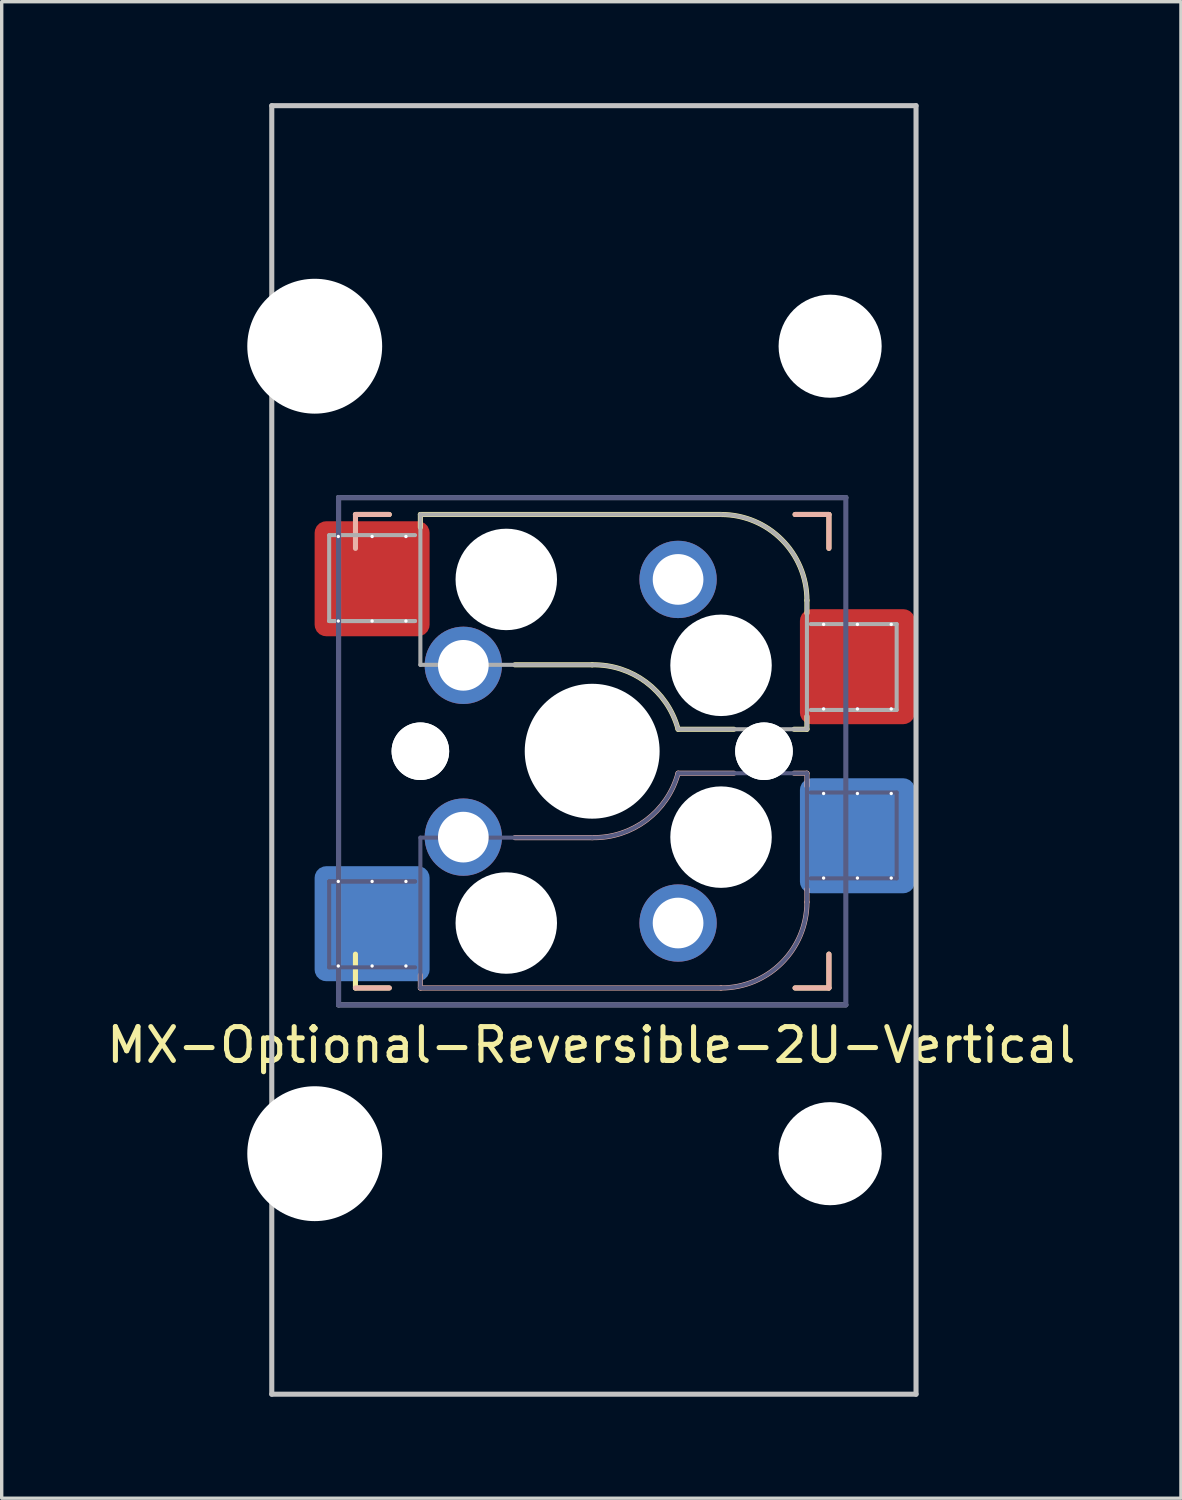
<source format=kicad_pcb>
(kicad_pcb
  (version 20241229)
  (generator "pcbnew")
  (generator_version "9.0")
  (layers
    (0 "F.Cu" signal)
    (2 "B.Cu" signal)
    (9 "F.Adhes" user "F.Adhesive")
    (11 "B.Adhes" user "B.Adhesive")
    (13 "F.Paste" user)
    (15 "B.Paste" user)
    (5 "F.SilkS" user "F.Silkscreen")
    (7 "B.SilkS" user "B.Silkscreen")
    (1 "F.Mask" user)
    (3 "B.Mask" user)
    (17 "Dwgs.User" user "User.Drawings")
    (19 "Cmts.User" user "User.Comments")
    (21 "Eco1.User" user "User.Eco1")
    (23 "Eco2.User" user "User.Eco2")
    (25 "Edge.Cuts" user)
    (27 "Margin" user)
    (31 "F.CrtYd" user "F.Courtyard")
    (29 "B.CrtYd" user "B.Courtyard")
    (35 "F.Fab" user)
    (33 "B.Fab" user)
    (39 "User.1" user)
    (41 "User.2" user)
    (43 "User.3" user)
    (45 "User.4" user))
  (footprint "MX-Optional-Reversible-2U-Vertical"
    (layer "F.Cu")
    (at 14.511 19.125)
    (property "Reference" "MX-Optional-Reversible-2U-Vertical" (at -0.077 8.726 180) (layer "F.SilkS") (effects (font (size 1 1) (thickness 0.15))))
    (attr smd)
    (fp_rect (start -8.258 -6.062) (end -4.858 -4.062) (stroke (width 0.1) (type solid)) (fill yes) (layer "F.Mask"))
    (fp_rect (start 6.092 -3.462) (end 9.492 -1.462) (stroke (width 0.1) (type solid)) (fill yes) (layer "F.Mask"))
    (fp_rect (start -4.858 4.138) (end -8.258 6.138) (stroke (width 0.1) (type solid)) (fill yes) (layer "B.Mask"))
    (fp_rect (start 9.492 1.538) (end 6.092 3.538) (stroke (width 0.1) (type solid)) (fill yes) (layer "B.Mask"))
    (fp_line (start -7.051 -6.962) (end -6.051 -6.962) (stroke (width 0.15) (type solid)) (layer "F.SilkS"))
    (fp_line (start -7.051 7.038) (end -7.051 6.038) (stroke (width 0.15) (type solid)) (layer "F.SilkS"))
    (fp_line (start -6.051 7.038) (end -7.051 7.038) (stroke (width 0.15) (type solid)) (layer "F.SilkS"))
    (fp_line (start -5.131 -6.581) (end -5.131 -6.962) (stroke (width 0.15) (type solid)) (layer "F.SilkS"))
    (fp_line (start -2.337 -2.517) (end -0.051 -2.517) (stroke (width 0.15) (type solid)) (layer "F.SilkS"))
    (fp_line (start 2.489 -0.612) (end 4.14 -0.612) (stroke (width 0.15) (type solid)) (layer "F.SilkS"))
    (fp_line (start 3.759 -6.962) (end -5.131 -6.962) (stroke (width 0.15) (type solid)) (layer "F.SilkS"))
    (fp_line (start 5.918 -0.612) (end 6.299 -0.612) (stroke (width 0.15) (type solid)) (layer "F.SilkS"))
    (fp_line (start 5.949 -6.962) (end 6.949 -6.962) (stroke (width 0.15) (type solid)) (layer "F.SilkS"))
    (fp_line (start 6.299 -4.041) (end 6.299 -4.422) (stroke (width 0.15) (type solid)) (layer "F.SilkS"))
    (fp_line (start 6.299 -0.612) (end 6.299 -0.993) (stroke (width 0.15) (type solid)) (layer "F.SilkS"))
    (fp_line (start 6.949 -6.962) (end 6.949 -5.962) (stroke (width 0.15) (type solid)) (layer "F.SilkS"))
    (fp_line (start 6.949 6.038) (end 6.949 7.038) (stroke (width 0.15) (type solid)) (layer "F.SilkS"))
    (fp_line (start 6.949 7.038) (end 5.949 7.038) (stroke (width 0.15) (type solid)) (layer "F.SilkS"))
    (fp_arc (start -0.05085 -2.51696) (mid 1.54712 -2.001754) (end 2.48915 -0.61196) (stroke (width 0.15) (type solid)) (layer "F.SilkS"))
    (fp_arc (start 3.75915 -6.96196) (mid 5.555201 -6.218011) (end 6.29915 -4.42196) (stroke (width 0.15) (type solid)) (layer "F.SilkS"))
    (fp_line (start -7.051 -6.962) (end -6.051 -6.962) (stroke (width 0.15) (type solid)) (layer "B.SilkS"))
    (fp_line (start -7.05 -6.96) (end -7.05 -5.96) (stroke (width 0.15) (type solid)) (layer "B.SilkS"))
    (fp_line (start -6.051 7.038) (end -7.051 7.038) (stroke (width 0.15) (type solid)) (layer "B.SilkS"))
    (fp_line (start -5.131 7.038) (end -5.131 6.657) (stroke (width 0.15) (type solid)) (layer "B.SilkS"))
    (fp_line (start -5.131 7.038) (end 3.759 7.038) (stroke (width 0.15) (type solid)) (layer "B.SilkS"))
    (fp_line (start -0.051 2.593) (end -2.337 2.593) (stroke (width 0.15) (type solid)) (layer "B.SilkS"))
    (fp_line (start 4.14 0.688) (end 2.489 0.688) (stroke (width 0.15) (type solid)) (layer "B.SilkS"))
    (fp_line (start 5.949 -6.962) (end 6.949 -6.962) (stroke (width 0.15) (type solid)) (layer "B.SilkS"))
    (fp_line (start 6.299 0.688) (end 5.918 0.688) (stroke (width 0.15) (type solid)) (layer "B.SilkS"))
    (fp_line (start 6.299 1.069) (end 6.299 0.688) (stroke (width 0.15) (type solid)) (layer "B.SilkS"))
    (fp_line (start 6.299 4.498) (end 6.299 4.117) (stroke (width 0.15) (type solid)) (layer "B.SilkS"))
    (fp_line (start 6.949 -6.962) (end 6.949 -5.962) (stroke (width 0.15) (type solid)) (layer "B.SilkS"))
    (fp_line (start 6.949 6.038) (end 6.949 7.038) (stroke (width 0.15) (type solid)) (layer "B.SilkS"))
    (fp_line (start 6.949 7.038) (end 5.949 7.038) (stroke (width 0.15) (type solid)) (layer "B.SilkS"))
    (fp_arc (start 2.48915 0.68804) (mid 1.547119 2.077831) (end -0.05085 2.59304) (stroke (width 0.15) (type solid)) (layer "B.SilkS"))
    (fp_arc (start 6.29915 4.49804) (mid 5.555201 6.294091) (end 3.75915 7.03804) (stroke (width 0.15) (type solid)) (layer "B.SilkS"))
    (fp_line (start -9.525 19.05) (end -9.525 -19.05) (stroke (width 0.15) (type solid)) (layer "Dwgs.User"))
    (fp_line (start 9.525 -19.05) (end -9.525 -19.05) (stroke (width 0.15) (type solid)) (layer "Dwgs.User"))
    (fp_line (start 9.525 19.05) (end -9.525 19.05) (stroke (width 0.15) (type solid)) (layer "Dwgs.User"))
    (fp_line (start 9.525 19.05) (end 9.525 -19.05) (stroke (width 0.15) (type solid)) (layer "Dwgs.User"))
    (fp_line (start -6.951 6.938) (end 6.849 6.938) (stroke (width 0.15) (type solid)) (layer "Eco2.User"))
    (fp_line (start -6.95 -6.86) (end -6.95 6.94) (stroke (width 0.15) (type solid)) (layer "Eco2.User"))
    (fp_line (start 6.848 6.94) (end 6.848 -6.86) (stroke (width 0.15) (type solid)) (layer "Eco2.User"))
    (fp_line (start 6.849 -6.862) (end -6.951 -6.862) (stroke (width 0.15) (type solid)) (layer "Eco2.User"))
    (fp_line (start -7.828 3.888) (end -7.828 6.428) (stroke (width 0.12) (type solid)) (layer "B.Fab"))
    (fp_line (start -7.828 6.428) (end -5.288 6.428) (stroke (width 0.12) (type solid)) (layer "B.Fab"))
    (fp_line (start -7.551 -7.462) (end 7.449 -7.462) (stroke (width 0.15) (type solid)) (layer "B.Fab"))
    (fp_line (start -7.551 7.538) (end -7.551 -7.462) (stroke (width 0.15) (type solid)) (layer "B.Fab"))
    (fp_line (start -5.288 3.888) (end -7.828 3.888) (stroke (width 0.12) (type solid)) (layer "B.Fab"))
    (fp_line (start -5.288 3.888) (end -7.828 3.888) (stroke (width 0.12) (type solid)) (layer "B.Fab"))
    (fp_line (start -5.131 2.593) (end -5.131 7.038) (stroke (width 0.12) (type solid)) (layer "B.Fab"))
    (fp_line (start -5.131 7.038) (end 3.759 7.038) (stroke (width 0.12) (type solid)) (layer "B.Fab"))
    (fp_line (start -0.051 2.593) (end -5.131 2.593) (stroke (width 0.12) (type solid)) (layer "B.Fab"))
    (fp_line (start 6.299 0.688) (end 2.489 0.688) (stroke (width 0.12) (type solid)) (layer "B.Fab"))
    (fp_line (start 6.299 4.498) (end 6.299 0.688) (stroke (width 0.12) (type solid)) (layer "B.Fab"))
    (fp_line (start 6.412 3.798) (end 8.952 3.798) (stroke (width 0.12) (type solid)) (layer "B.Fab"))
    (fp_line (start 7.449 -7.462) (end 7.449 7.538) (stroke (width 0.15) (type solid)) (layer "B.Fab"))
    (fp_line (start 7.449 7.538) (end -7.551 7.538) (stroke (width 0.15) (type solid)) (layer "B.Fab"))
    (fp_line (start 8.952 1.258) (end 6.412 1.258) (stroke (width 0.12) (type solid)) (layer "B.Fab"))
    (fp_line (start 8.952 3.798) (end 8.952 1.258) (stroke (width 0.12) (type solid)) (layer "B.Fab"))
    (fp_arc (start 2.48915 0.68804) (mid 1.547122 2.077836) (end -0.05085 2.59304) (stroke (width 0.12) (type solid)) (layer "B.Fab"))
    (fp_arc (start 6.29915 4.49804) (mid 5.555201 6.294091) (end 3.75915 7.03804) (stroke (width 0.12) (type solid)) (layer "B.Fab"))
    (fp_line (start -7.828 -6.352) (end -7.828 -3.812) (stroke (width 0.12) (type solid)) (layer "F.Fab"))
    (fp_line (start -7.828 -3.812) (end -5.288 -3.812) (stroke (width 0.12) (type solid)) (layer "F.Fab"))
    (fp_line (start -7.828 -3.812) (end -5.288 -3.812) (stroke (width 0.12) (type solid)) (layer "F.Fab"))
    (fp_line (start -7.551 -7.462) (end 7.449 -7.462) (stroke (width 0.15) (type solid)) (layer "F.Fab"))
    (fp_line (start -7.551 7.538) (end -7.551 -7.462) (stroke (width 0.15) (type solid)) (layer "F.Fab"))
    (fp_line (start -5.288 -6.352) (end -7.828 -6.352) (stroke (width 0.12) (type solid)) (layer "F.Fab"))
    (fp_line (start -5.131 -6.962) (end -5.131 -2.517) (stroke (width 0.12) (type solid)) (layer "F.Fab"))
    (fp_line (start -5.131 -2.517) (end -0.051 -2.517) (stroke (width 0.12) (type solid)) (layer "F.Fab"))
    (fp_line (start 2.489 -0.612) (end 6.299 -0.612) (stroke (width 0.12) (type solid)) (layer "F.Fab"))
    (fp_line (start 3.759 -6.962) (end -5.131 -6.962) (stroke (width 0.12) (type solid)) (layer "F.Fab"))
    (fp_line (start 6.299 -0.612) (end 6.299 -4.422) (stroke (width 0.12) (type solid)) (layer "F.Fab"))
    (fp_line (start 6.412 -1.182) (end 8.952 -1.182) (stroke (width 0.12) (type solid)) (layer "F.Fab"))
    (fp_line (start 7.449 7.538) (end -7.551 7.538) (stroke (width 0.15) (type solid)) (layer "F.Fab"))
    (fp_line (start 8.952 -3.722) (end 6.412 -3.722) (stroke (width 0.12) (type solid)) (layer "F.Fab"))
    (fp_line (start 8.952 -1.182) (end 8.952 -3.722) (stroke (width 0.12) (type solid)) (layer "F.Fab"))
    (fp_arc (start -0.05085 -2.51696) (mid 1.547122 -2.001755) (end 2.48915 -0.61196) (stroke (width 0.12) (type solid)) (layer "F.Fab"))
    (fp_arc (start 3.75915 -6.96196) (mid 5.555201 -6.218011) (end 6.29915 -4.42196) (stroke (width 0.12) (type solid)) (layer "F.Fab"))
    (pad "" np_thru_hole circle (at -8.255 -11.938) (size 3.988 3.988) (drill 3.988) (layers "*.Cu" "*.Mask"))
    (pad "" np_thru_hole circle (at -8.255 11.938) (size 3.988 3.988) (drill 3.988) (layers "*.Cu" "*.Mask"))
    (pad "" np_thru_hole circle (at -5.131 0.038 180) (size 1.702 1.702) (drill 1.702) (layers "*.Cu" "*.Mask"))
    (pad "" np_thru_hole circle (at -5.131 0.038) (size 1.702 1.702) (drill 1.702) (layers "*.Cu" "*.Mask"))
    (pad "" np_thru_hole circle (at -2.591 -5.042) (size 3 3) (drill 3) (layers "*.Cu" "*.Mask"))
    (pad "" np_thru_hole circle (at -2.591 5.118 180) (size 3 3) (drill 3) (layers "*.Cu" "*.Mask"))
    (pad "" np_thru_hole circle (at -0.051 0.038) (size 3.988 3.988) (drill 3.988) (layers "*.Cu" "*.Mask"))
    (pad "" np_thru_hole circle (at 3.759 -2.502) (size 3 3) (drill 3) (layers "*.Cu" "*.Mask"))
    (pad "" np_thru_hole circle (at 3.759 2.578 180) (size 3 3) (drill 3) (layers "*.Cu" "*.Mask"))
    (pad "" np_thru_hole circle (at 5.029 0.038 180) (size 1.702 1.702) (drill 1.702) (layers "*.Cu" "*.Mask"))
    (pad "" np_thru_hole circle (at 5.029 0.038) (size 1.702 1.702) (drill 1.702) (layers "*.Cu" "*.Mask"))
    (pad "" np_thru_hole circle (at 6.985 -11.938) (size 3.048 3.048) (drill 3.048) (layers "*.Cu" "*.Mask"))
    (pad "" np_thru_hole circle (at 6.985 11.938) (size 3.048 3.048) (drill 3.048) (layers "*.Cu" "*.Mask"))
    (pad "1" thru_hole circle (at -7.558 -6.312 270) (size 0.1 0.1) (drill 0.3) (layers "*.Cu" "*.Mask"))
    (pad "1" thru_hole circle (at -7.558 -3.812 270) (size 0.1 0.1) (drill 0.3) (layers "*.Cu" "*.Mask"))
    (pad "1" thru_hole circle (at -7.558 3.888 270) (size 0.1 0.1) (drill 0.3) (layers "*.Cu" "*.Mask"))
    (pad "1" thru_hole circle (at -7.558 6.388 270) (size 0.1 0.1) (drill 0.3) (layers "*.Cu" "*.Mask"))
    (pad "1" thru_hole circle (at -6.558 -6.312 270) (size 0.1 0.1) (drill 0.3) (layers "*.Cu"))
    (pad "1" smd roundrect (at -6.558 -5.062 180) (size 3.4 3.4) (property pad_prop_bga) (layers "F.Cu" "F.Paste") (roundrect_rratio 0.1))
    (pad "1" thru_hole circle (at -6.558 -3.812 270) (size 0.1 0.1) (drill 0.3) (layers "*.Cu" "*.Mask"))
    (pad "1" thru_hole circle (at -6.558 3.888 270) (size 0.1 0.1) (drill 0.3) (layers "*.Cu" "*.Mask"))
    (pad "1" smd roundrect (at -6.558 5.138) (size 3.4 3.4) (property pad_prop_bga) (layers "B.Cu" "B.Paste") (roundrect_rratio 0.1))
    (pad "1" thru_hole circle (at -6.558 6.388 270) (size 0.1 0.1) (drill 0.3) (layers "*.Cu"))
    (pad "1" thru_hole circle (at -5.558 -6.312 270) (size 0.1 0.1) (drill 0.3) (layers "*.Cu"))
    (pad "1" thru_hole circle (at -5.558 -3.812 270) (size 0.1 0.1) (drill 0.3) (layers "*.Cu" "*.Mask"))
    (pad "1" thru_hole circle (at -5.558 3.888 270) (size 0.1 0.1) (drill 0.3) (layers "*.Cu" "*.Mask"))
    (pad "1" thru_hole circle (at -5.558 6.388 270) (size 0.1 0.1) (drill 0.3) (layers "*.Cu"))
    (pad "1" thru_hole circle (at -3.861 -2.502) (size 2.286 2.286) (drill 1.499) (layers "*.Cu" "*.Mask"))
    (pad "1" thru_hole circle (at -3.861 2.578 180) (size 2.286 2.286) (drill 1.499) (layers "*.Cu" "*.Mask"))
    (pad "2" thru_hole circle (at 2.489 -5.042) (size 2.286 2.286) (drill 1.499) (layers "*.Cu" "*.Mask"))
    (pad "2" thru_hole circle (at 2.489 5.118 180) (size 2.286 2.286) (drill 1.499) (layers "*.Cu" "*.Mask"))
    (pad "2" thru_hole circle (at 6.792 -3.712 270) (size 0.1 0.1) (drill 0.3) (layers "*.Cu" "*.Mask"))
    (pad "2" thru_hole circle (at 6.792 -1.212 270) (size 0.1 0.1) (drill 0.3) (layers "*.Cu" "*.Mask"))
    (pad "2" thru_hole circle (at 6.792 1.288 270) (size 0.1 0.1) (drill 0.3) (layers "*.Cu" "*.Mask"))
    (pad "2" thru_hole circle (at 6.792 3.788 270) (size 0.1 0.1) (drill 0.3) (layers "*.Cu" "*.Mask"))
    (pad "2" thru_hole circle (at 7.792 -3.712 270) (size 0.1 0.1) (drill 0.3) (layers "*.Cu"))
    (pad "2" smd roundrect (at 7.792 -2.462 180) (size 3.4 3.4) (property pad_prop_bga) (layers "F.Cu" "F.Paste") (roundrect_rratio 0.1))
    (pad "2" thru_hole circle (at 7.792 -1.212 270) (size 0.1 0.1) (drill 0.3) (layers "*.Cu" "*.Mask"))
    (pad "2" thru_hole circle (at 7.792 1.288 270) (size 0.1 0.1) (drill 0.3) (layers "*.Cu" "*.Mask"))
    (pad "2" smd roundrect (at 7.792 2.538) (size 3.4 3.4) (property pad_prop_bga) (layers "B.Cu" "B.Paste") (roundrect_rratio 0.1))
    (pad "2" thru_hole circle (at 7.792 3.788 270) (size 0.1 0.1) (drill 0.3) (layers "*.Cu"))
    (pad "2" thru_hole circle (at 8.792 -3.712 270) (size 0.1 0.1) (drill 0.3) (layers "*.Cu"))
    (pad "2" thru_hole circle (at 8.792 -1.212 270) (size 0.1 0.1) (drill 0.3) (layers "*.Cu" "*.Mask"))
    (pad "2" thru_hole circle (at 8.792 1.288 270) (size 0.1 0.1) (drill 0.3) (layers "*.Cu" "*.Mask"))
    (pad "2" thru_hole circle (at 8.792 3.788 270) (size 0.1 0.1) (drill 0.3) (layers "*.Cu")))
  (gr_rect
    (start -3 -3)
    (end 31.869 41.25)
    (stroke (width 0.1) (type default))
    (fill no)
    (layer "Edge.Cuts")))
</source>
